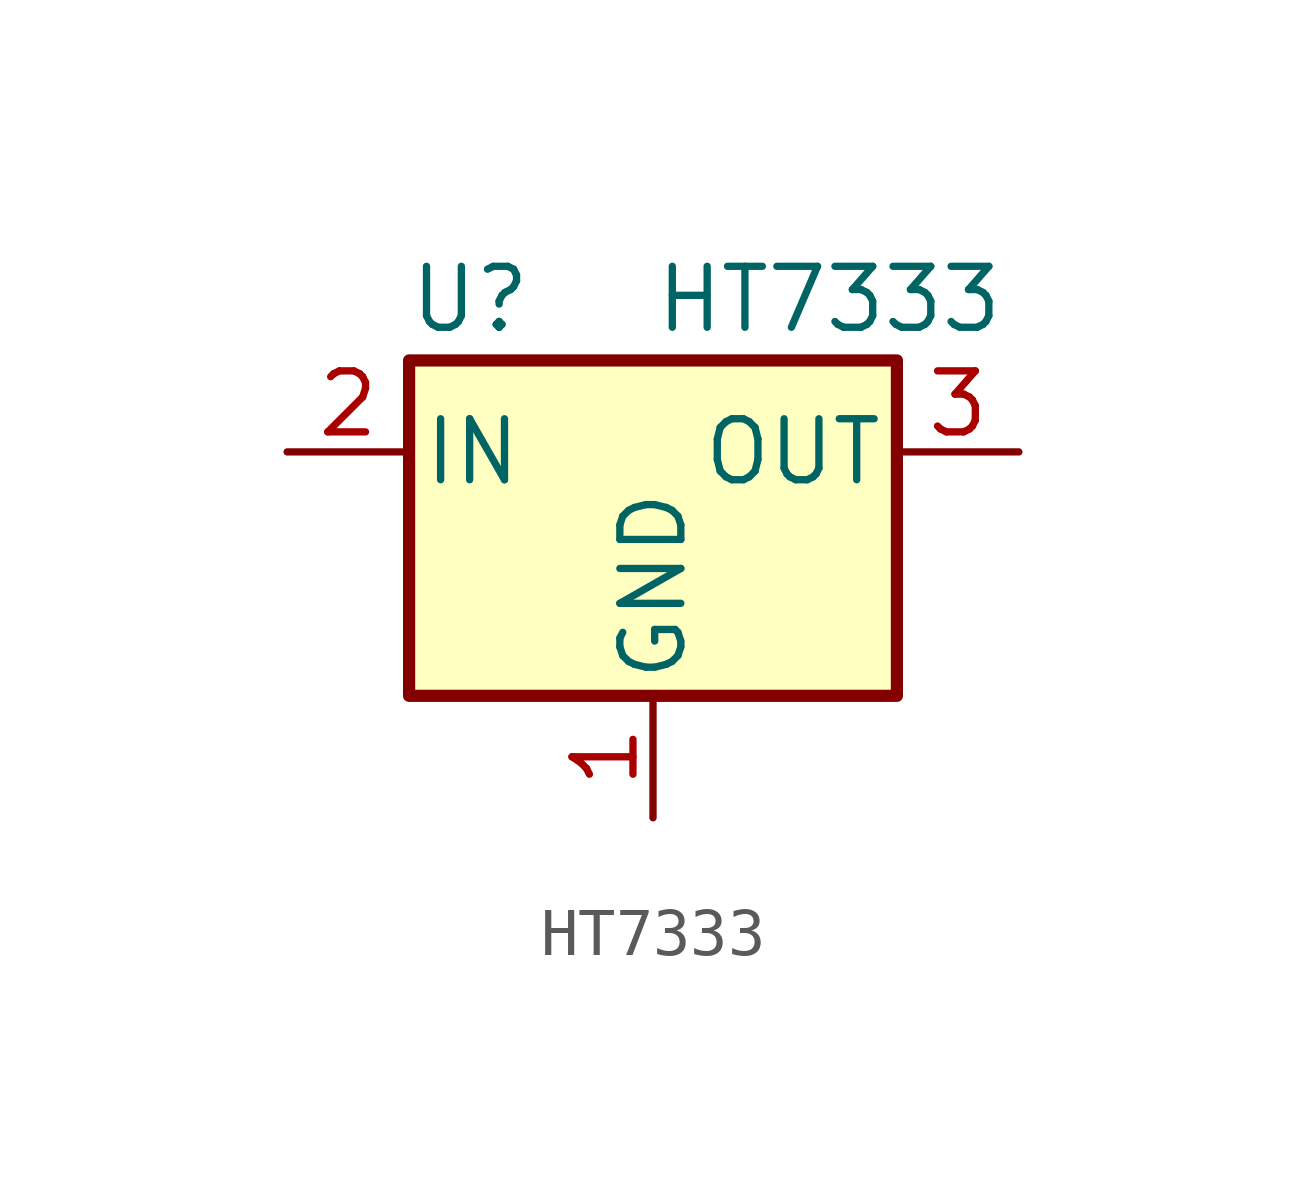
<source format=kicad_sym>
(kicad_symbol_lib
  (version 20220914)
  (generator kicad_symbol_editor)
  (symbol "HT7333"
    (pin_names
      (offset 0.254))
    (property "Reference" "U"
      (at -3.81 3.175 0)
      (effects (font (size 1.27 1.27))))
    (property "Value" "HT7333"
      (at 0 3.175 0)
      (effects (font (size 1.27 1.27)) (justify left)))
    (symbol "HT7333_0_1"
      (rectangle (start -5.08 1.905) (end 5.08 -5.08) (stroke (width 0.254) (type default)) (fill (type background))))
    (symbol "HT7333_1_1"
      (pin power_in line (at 0 -7.62 90) (length 2.54) (name "GND" (effects (font (size 1.27 1.27)))) (number "1" (effects (font (size 1.27 1.27)))))
      (pin power_in line (at -7.62 0 0) (length 2.54) (name "IN" (effects (font (size 1.27 1.27)))) (number "2" (effects (font (size 1.27 1.27)))))
      (pin power_out line (at 7.62 0 180) (length 2.54) (name "OUT" (effects (font (size 1.27 1.27)))) (number "3" (effects (font (size 1.27 1.27))))))))
</source>
